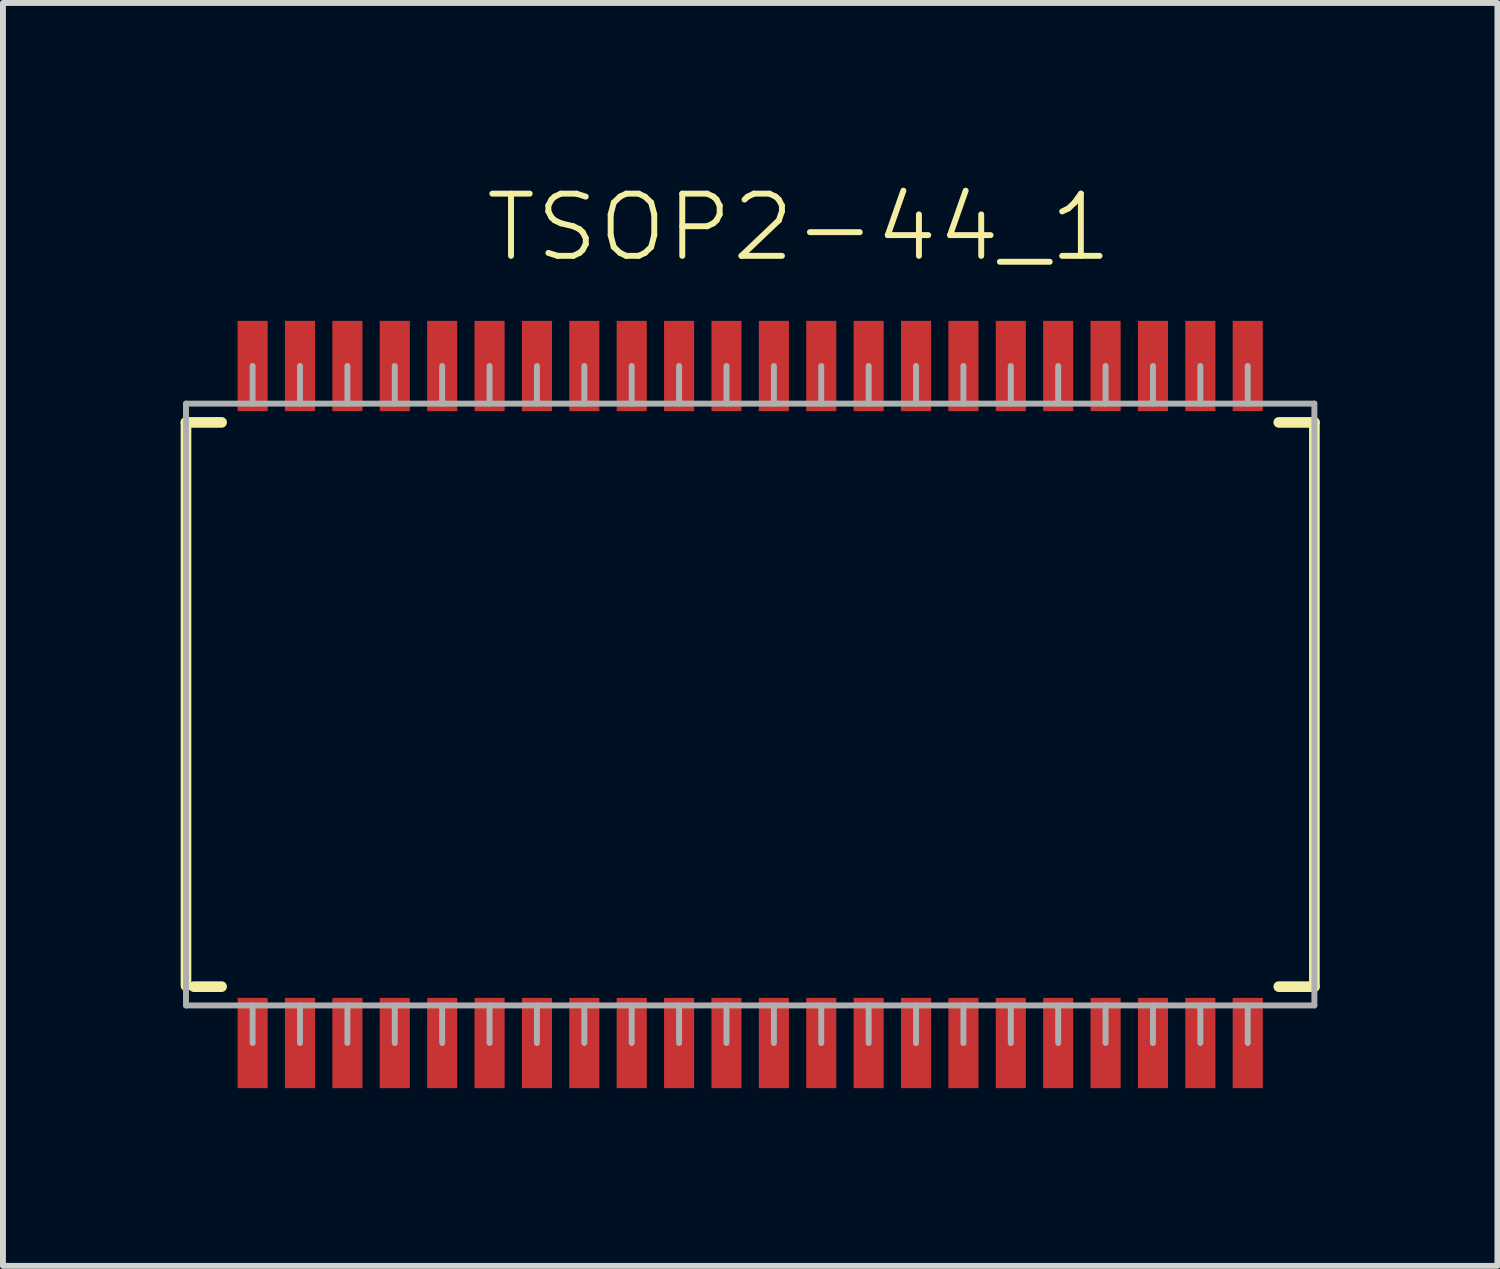
<source format=kicad_pcb>
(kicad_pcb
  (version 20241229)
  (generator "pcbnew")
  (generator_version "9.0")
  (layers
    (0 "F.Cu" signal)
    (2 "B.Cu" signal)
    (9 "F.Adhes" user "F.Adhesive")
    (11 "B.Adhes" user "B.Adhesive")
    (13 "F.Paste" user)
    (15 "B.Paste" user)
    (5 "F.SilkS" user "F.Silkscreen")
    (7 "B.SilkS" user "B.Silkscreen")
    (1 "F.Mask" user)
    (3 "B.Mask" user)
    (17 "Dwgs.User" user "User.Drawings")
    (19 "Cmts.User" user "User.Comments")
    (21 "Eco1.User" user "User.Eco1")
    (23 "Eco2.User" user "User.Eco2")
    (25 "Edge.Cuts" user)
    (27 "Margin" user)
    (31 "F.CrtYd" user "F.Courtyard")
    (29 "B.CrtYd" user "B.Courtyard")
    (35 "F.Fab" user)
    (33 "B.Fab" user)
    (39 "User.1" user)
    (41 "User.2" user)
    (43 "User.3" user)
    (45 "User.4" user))
  (footprint "TSOP2-44_1"
    (layer "F.Cu")
    (at 9.615 8.844)
    (property "Reference" "TSOP2-44_1" (at 0.825 -8.055 0) (unlocked yes) (layer "F.SilkS") (effects (font (size 1.05 1.104) (thickness 0.1))))
    (attr smd)
    (fp_line (start -9.525 -4.763) (end -8.924 -4.763) (stroke (width 0.18) (type solid)) (layer "F.SilkS"))
    (fp_line (start -9.525 4.749) (end -9.525 -4.763) (stroke (width 0.18) (type solid)) (layer "F.SilkS"))
    (fp_line (start -9.392 4.763) (end -8.924 4.763) (stroke (width 0.18) (type solid)) (layer "F.SilkS"))
    (fp_line (start 8.924 -4.763) (end 9.525 -4.763) (stroke (width 0.18) (type solid)) (layer "F.SilkS"))
    (fp_line (start 8.924 4.763) (end 9.525 4.763) (stroke (width 0.18) (type solid)) (layer "F.SilkS"))
    (fp_line (start 9.525 4.763) (end 9.525 -4.763) (stroke (width 0.18) (type solid)) (layer "F.SilkS"))
    (fp_line (start -9.525 -5.08) (end 9.525 -5.08) (stroke (width 0.1) (type solid)) (layer "F.Fab"))
    (fp_line (start -9.525 5.08) (end -9.525 -5.08) (stroke (width 0.1) (type solid)) (layer "F.Fab"))
    (fp_line (start -9.525 5.08) (end 9.525 5.08) (stroke (width 0.1) (type solid)) (layer "F.Fab"))
    (fp_line (start -8.4 -5.08) (end -8.4 -5.715) (stroke (width 0.1) (type solid)) (layer "F.Fab"))
    (fp_line (start -8.4 5.715) (end -8.4 5.08) (stroke (width 0.1) (type solid)) (layer "F.Fab"))
    (fp_line (start -7.6 -5.08) (end -7.6 -5.715) (stroke (width 0.1) (type solid)) (layer "F.Fab"))
    (fp_line (start -7.6 5.715) (end -7.6 5.08) (stroke (width 0.1) (type solid)) (layer "F.Fab"))
    (fp_line (start -6.8 -5.08) (end -6.8 -5.715) (stroke (width 0.1) (type solid)) (layer "F.Fab"))
    (fp_line (start -6.8 5.715) (end -6.8 5.08) (stroke (width 0.1) (type solid)) (layer "F.Fab"))
    (fp_line (start -6 -5.08) (end -6 -5.715) (stroke (width 0.1) (type solid)) (layer "F.Fab"))
    (fp_line (start -6 5.715) (end -6 5.08) (stroke (width 0.1) (type solid)) (layer "F.Fab"))
    (fp_line (start -5.2 -5.08) (end -5.2 -5.715) (stroke (width 0.1) (type solid)) (layer "F.Fab"))
    (fp_line (start -5.2 5.715) (end -5.2 5.08) (stroke (width 0.1) (type solid)) (layer "F.Fab"))
    (fp_line (start -4.4 -5.08) (end -4.4 -5.715) (stroke (width 0.1) (type solid)) (layer "F.Fab"))
    (fp_line (start -4.4 5.715) (end -4.4 5.08) (stroke (width 0.1) (type solid)) (layer "F.Fab"))
    (fp_line (start -3.6 -5.08) (end -3.6 -5.715) (stroke (width 0.1) (type solid)) (layer "F.Fab"))
    (fp_line (start -3.6 5.715) (end -3.6 5.08) (stroke (width 0.1) (type solid)) (layer "F.Fab"))
    (fp_line (start -2.8 -5.08) (end -2.8 -5.715) (stroke (width 0.1) (type solid)) (layer "F.Fab"))
    (fp_line (start -2.8 5.715) (end -2.8 5.08) (stroke (width 0.1) (type solid)) (layer "F.Fab"))
    (fp_line (start -2 -5.08) (end -2 -5.715) (stroke (width 0.1) (type solid)) (layer "F.Fab"))
    (fp_line (start -2 5.715) (end -2 5.08) (stroke (width 0.1) (type solid)) (layer "F.Fab"))
    (fp_line (start -1.2 -5.08) (end -1.2 -5.715) (stroke (width 0.1) (type solid)) (layer "F.Fab"))
    (fp_line (start -1.2 5.715) (end -1.2 5.08) (stroke (width 0.1) (type solid)) (layer "F.Fab"))
    (fp_line (start -0.4 -5.08) (end -0.4 -5.715) (stroke (width 0.1) (type solid)) (layer "F.Fab"))
    (fp_line (start -0.4 5.715) (end -0.4 5.08) (stroke (width 0.1) (type solid)) (layer "F.Fab"))
    (fp_line (start 0.4 -5.08) (end 0.4 -5.715) (stroke (width 0.1) (type solid)) (layer "F.Fab"))
    (fp_line (start 0.4 5.715) (end 0.4 5.08) (stroke (width 0.1) (type solid)) (layer "F.Fab"))
    (fp_line (start 1.2 -5.08) (end 1.2 -5.715) (stroke (width 0.1) (type solid)) (layer "F.Fab"))
    (fp_line (start 1.2 5.715) (end 1.2 5.08) (stroke (width 0.1) (type solid)) (layer "F.Fab"))
    (fp_line (start 2 -5.08) (end 2 -5.715) (stroke (width 0.1) (type solid)) (layer "F.Fab"))
    (fp_line (start 2 5.715) (end 2 5.08) (stroke (width 0.1) (type solid)) (layer "F.Fab"))
    (fp_line (start 2.8 -5.08) (end 2.8 -5.715) (stroke (width 0.1) (type solid)) (layer "F.Fab"))
    (fp_line (start 2.8 5.715) (end 2.8 5.08) (stroke (width 0.1) (type solid)) (layer "F.Fab"))
    (fp_line (start 3.6 -5.08) (end 3.6 -5.715) (stroke (width 0.1) (type solid)) (layer "F.Fab"))
    (fp_line (start 3.6 5.715) (end 3.6 5.08) (stroke (width 0.1) (type solid)) (layer "F.Fab"))
    (fp_line (start 4.4 -5.08) (end 4.4 -5.715) (stroke (width 0.1) (type solid)) (layer "F.Fab"))
    (fp_line (start 4.4 5.715) (end 4.4 5.08) (stroke (width 0.1) (type solid)) (layer "F.Fab"))
    (fp_line (start 5.2 -5.08) (end 5.2 -5.715) (stroke (width 0.1) (type solid)) (layer "F.Fab"))
    (fp_line (start 5.2 5.715) (end 5.2 5.08) (stroke (width 0.1) (type solid)) (layer "F.Fab"))
    (fp_line (start 6 -5.08) (end 6 -5.715) (stroke (width 0.1) (type solid)) (layer "F.Fab"))
    (fp_line (start 6 5.715) (end 6 5.08) (stroke (width 0.1) (type solid)) (layer "F.Fab"))
    (fp_line (start 6.8 -5.08) (end 6.8 -5.715) (stroke (width 0.1) (type solid)) (layer "F.Fab"))
    (fp_line (start 6.8 5.715) (end 6.8 5.08) (stroke (width 0.1) (type solid)) (layer "F.Fab"))
    (fp_line (start 7.6 -5.08) (end 7.6 -5.715) (stroke (width 0.1) (type solid)) (layer "F.Fab"))
    (fp_line (start 7.6 5.715) (end 7.6 5.08) (stroke (width 0.1) (type solid)) (layer "F.Fab"))
    (fp_line (start 8.4 -5.08) (end 8.4 -5.715) (stroke (width 0.1) (type solid)) (layer "F.Fab"))
    (fp_line (start 8.4 5.715) (end 8.4 5.08) (stroke (width 0.1) (type solid)) (layer "F.Fab"))
    (fp_line (start 9.525 5.08) (end 9.525 -5.08) (stroke (width 0.1) (type solid)) (layer "F.Fab"))
    (fp_circle (center -8.255 4.127) (end -7.855 4.127) (stroke (width 0.00003) (type solid)) (fill no) (layer "F.Fab"))
    (pad "1" smd rect (at -8.4 5.715) (size 0.508 1.524) (layers "F.Cu" "F.Mask" "F.Paste"))
    (pad "2" smd rect (at -7.6 5.715) (size 0.508 1.524) (layers "F.Cu" "F.Mask" "F.Paste"))
    (pad "3" smd rect (at -6.8 5.715) (size 0.508 1.524) (layers "F.Cu" "F.Mask" "F.Paste"))
    (pad "4" smd rect (at -6 5.715) (size 0.508 1.524) (layers "F.Cu" "F.Mask" "F.Paste"))
    (pad "5" smd rect (at -5.2 5.715) (size 0.508 1.524) (layers "F.Cu" "F.Mask" "F.Paste"))
    (pad "6" smd rect (at -4.4 5.715) (size 0.508 1.524) (layers "F.Cu" "F.Mask" "F.Paste"))
    (pad "7" smd rect (at -3.6 5.715) (size 0.508 1.524) (layers "F.Cu" "F.Mask" "F.Paste"))
    (pad "8" smd rect (at -2.8 5.715) (size 0.508 1.524) (layers "F.Cu" "F.Mask" "F.Paste"))
    (pad "9" smd rect (at -2 5.715) (size 0.508 1.524) (layers "F.Cu" "F.Mask" "F.Paste"))
    (pad "10" smd rect (at -1.2 5.715) (size 0.508 1.524) (layers "F.Cu" "F.Mask" "F.Paste"))
    (pad "11" smd rect (at -0.4 5.715) (size 0.508 1.524) (layers "F.Cu" "F.Mask" "F.Paste"))
    (pad "12" smd rect (at 0.4 5.715) (size 0.508 1.524) (layers "F.Cu" "F.Mask" "F.Paste"))
    (pad "13" smd rect (at 1.2 5.715) (size 0.508 1.524) (layers "F.Cu" "F.Mask" "F.Paste"))
    (pad "14" smd rect (at 2 5.715) (size 0.508 1.524) (layers "F.Cu" "F.Mask" "F.Paste"))
    (pad "15" smd rect (at 2.8 5.715) (size 0.508 1.524) (layers "F.Cu" "F.Mask" "F.Paste"))
    (pad "16" smd rect (at 3.6 5.715) (size 0.508 1.524) (layers "F.Cu" "F.Mask" "F.Paste"))
    (pad "17" smd rect (at 4.4 5.715) (size 0.508 1.524) (layers "F.Cu" "F.Mask" "F.Paste"))
    (pad "18" smd rect (at 5.2 5.715) (size 0.508 1.524) (layers "F.Cu" "F.Mask" "F.Paste"))
    (pad "19" smd rect (at 6 5.715) (size 0.508 1.524) (layers "F.Cu" "F.Mask" "F.Paste"))
    (pad "20" smd rect (at 6.8 5.715) (size 0.508 1.524) (layers "F.Cu" "F.Mask" "F.Paste"))
    (pad "21" smd rect (at 7.6 5.715) (size 0.508 1.524) (layers "F.Cu" "F.Mask" "F.Paste"))
    (pad "22" smd rect (at 8.4 5.715) (size 0.508 1.524) (layers "F.Cu" "F.Mask" "F.Paste"))
    (pad "23" smd rect (at 8.4 -5.715) (size 0.508 1.524) (layers "F.Cu" "F.Mask" "F.Paste"))
    (pad "24" smd rect (at 7.6 -5.715) (size 0.508 1.524) (layers "F.Cu" "F.Mask" "F.Paste"))
    (pad "25" smd rect (at 6.8 -5.715) (size 0.508 1.524) (layers "F.Cu" "F.Mask" "F.Paste"))
    (pad "26" smd rect (at 6 -5.715) (size 0.508 1.524) (layers "F.Cu" "F.Mask" "F.Paste"))
    (pad "27" smd rect (at 5.2 -5.715) (size 0.508 1.524) (layers "F.Cu" "F.Mask" "F.Paste"))
    (pad "28" smd rect (at 4.4 -5.715) (size 0.508 1.524) (layers "F.Cu" "F.Mask" "F.Paste"))
    (pad "29" smd rect (at 3.6 -5.715) (size 0.508 1.524) (layers "F.Cu" "F.Mask" "F.Paste"))
    (pad "30" smd rect (at 2.8 -5.715) (size 0.508 1.524) (layers "F.Cu" "F.Mask" "F.Paste"))
    (pad "31" smd rect (at 2 -5.715) (size 0.508 1.524) (layers "F.Cu" "F.Mask" "F.Paste"))
    (pad "32" smd rect (at 1.2 -5.715) (size 0.508 1.524) (layers "F.Cu" "F.Mask" "F.Paste"))
    (pad "33" smd rect (at 0.4 -5.715) (size 0.508 1.524) (layers "F.Cu" "F.Mask" "F.Paste"))
    (pad "34" smd rect (at -0.4 -5.715) (size 0.508 1.524) (layers "F.Cu" "F.Mask" "F.Paste"))
    (pad "35" smd rect (at -1.2 -5.715) (size 0.508 1.524) (layers "F.Cu" "F.Mask" "F.Paste"))
    (pad "36" smd rect (at -2 -5.715) (size 0.508 1.524) (layers "F.Cu" "F.Mask" "F.Paste"))
    (pad "37" smd rect (at -2.8 -5.715) (size 0.508 1.524) (layers "F.Cu" "F.Mask" "F.Paste"))
    (pad "38" smd rect (at -3.6 -5.715) (size 0.508 1.524) (layers "F.Cu" "F.Mask" "F.Paste"))
    (pad "39" smd rect (at -4.4 -5.715) (size 0.508 1.524) (layers "F.Cu" "F.Mask" "F.Paste"))
    (pad "40" smd rect (at -5.2 -5.715) (size 0.508 1.524) (layers "F.Cu" "F.Mask" "F.Paste"))
    (pad "41" smd rect (at -6 -5.715) (size 0.508 1.524) (layers "F.Cu" "F.Mask" "F.Paste"))
    (pad "42" smd rect (at -6.8 -5.715) (size 0.508 1.524) (layers "F.Cu" "F.Mask" "F.Paste"))
    (pad "43" smd rect (at -7.6 -5.715) (size 0.508 1.524) (layers "F.Cu" "F.Mask" "F.Paste"))
    (pad "44" smd rect (at -8.4 -5.715) (size 0.508 1.524) (layers "F.Cu" "F.Mask" "F.Paste")))
  (gr_rect
    (start -3 -3)
    (end 22.23 18.321)
    (stroke (width 0.1) (type default))
    (fill no)
    (layer "Edge.Cuts")))
</source>
